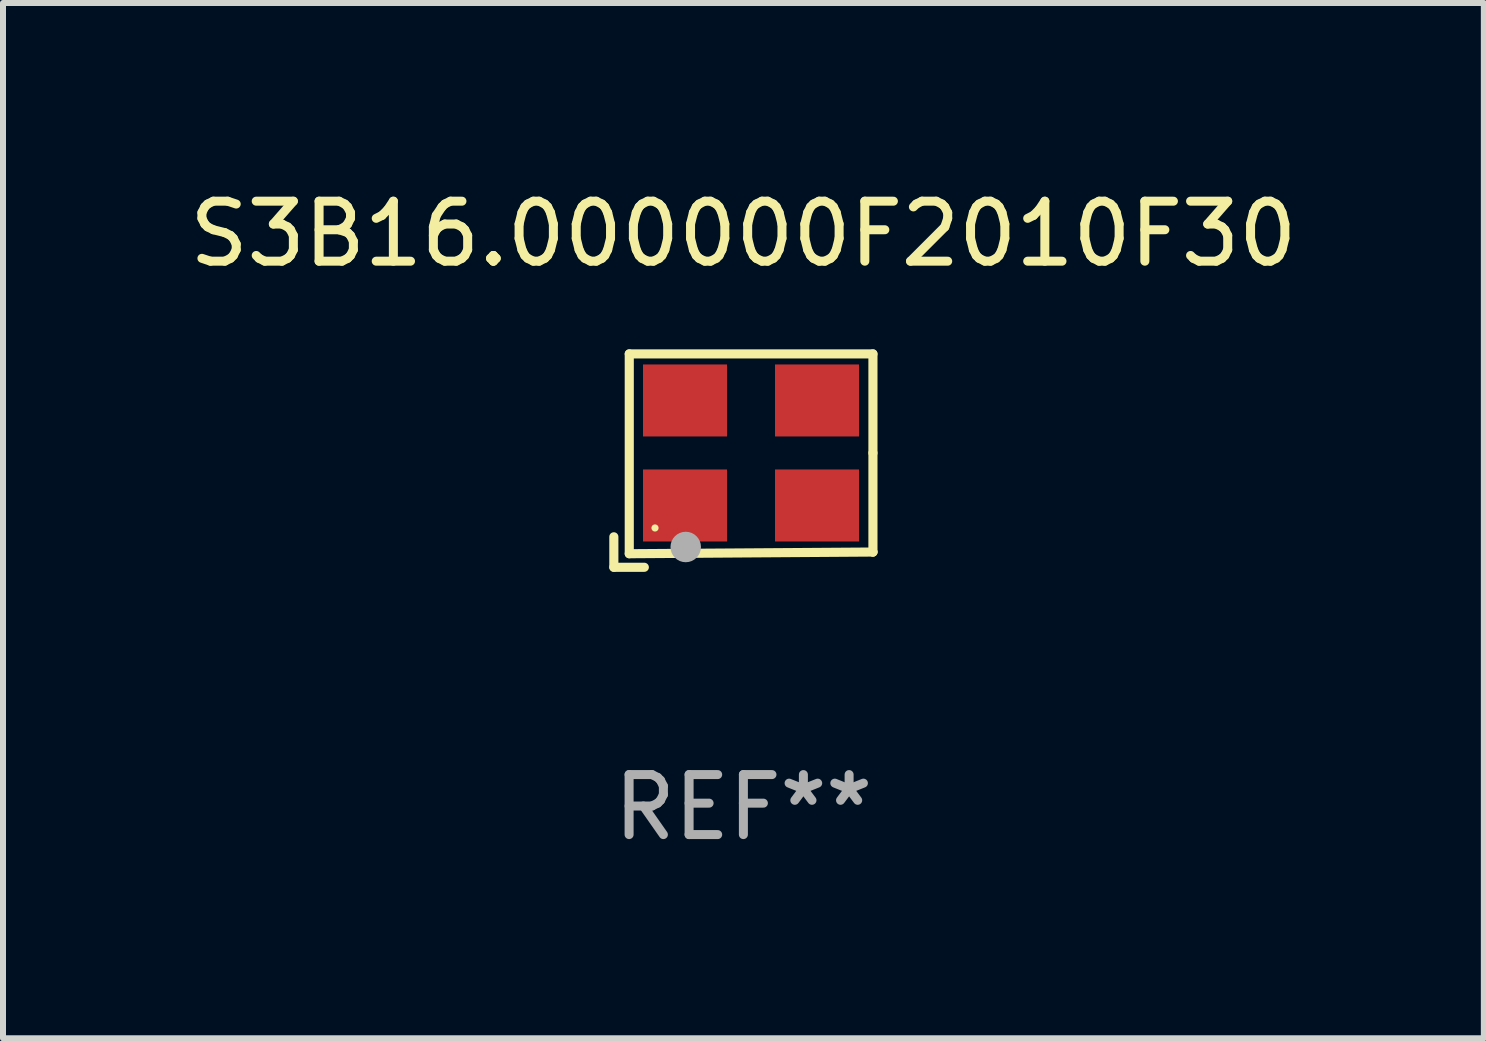
<source format=kicad_pcb>
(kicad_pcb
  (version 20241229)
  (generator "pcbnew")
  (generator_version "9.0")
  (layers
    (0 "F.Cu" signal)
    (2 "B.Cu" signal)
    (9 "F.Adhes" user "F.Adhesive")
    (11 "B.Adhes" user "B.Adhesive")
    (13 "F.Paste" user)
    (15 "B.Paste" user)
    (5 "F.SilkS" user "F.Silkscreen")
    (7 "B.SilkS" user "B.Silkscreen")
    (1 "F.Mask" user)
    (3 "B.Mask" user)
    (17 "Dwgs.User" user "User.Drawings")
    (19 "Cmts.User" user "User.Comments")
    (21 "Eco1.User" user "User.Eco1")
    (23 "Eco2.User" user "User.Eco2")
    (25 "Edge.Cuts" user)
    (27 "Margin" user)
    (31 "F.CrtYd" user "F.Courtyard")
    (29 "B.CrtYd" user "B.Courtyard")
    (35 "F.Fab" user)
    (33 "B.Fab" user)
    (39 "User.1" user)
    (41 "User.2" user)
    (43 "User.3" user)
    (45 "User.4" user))
  (footprint "S3B16.000000F2010F30"
    (layer "F.Cu")
    (at 9.339 4.626)
    (property "Reference" "S3B16.000000F2010F30" (at 0 -3.778 0) (layer "F.SilkS") (effects (font (size 1 1) (thickness 0.15))))
    (attr through_hole)
    (fp_line (start -2.159 1.27) (end -2.159 1.778) (stroke (width 0.152) (type solid)) (layer "F.SilkS"))
    (fp_line (start -2.159 1.778) (end -1.651 1.778) (stroke (width 0.152) (type solid)) (layer "F.SilkS"))
    (fp_line (start -1.902 -1.778) (end 2.159 -1.778) (stroke (width 0.152) (type solid)) (layer "F.SilkS"))
    (fp_line (start -1.902 1.552) (end -1.902 -1.778) (stroke (width 0.152) (type solid)) (layer "F.SilkS"))
    (fp_line (start 2.159 -1.778) (end 2.159 -0.127) (stroke (width 0.152) (type solid)) (layer "F.SilkS"))
    (fp_line (start 2.159 -0.127) (end 2.159 1.524) (stroke (width 0.152) (type solid)) (layer "F.SilkS"))
    (fp_line (start 2.159 1.524) (end -1.902 1.552) (stroke (width 0.152) (type solid)) (layer "F.SilkS"))
    (fp_line (start 2.159 1.524) (end 2.159 1.524) (stroke (width 0.152) (type solid)) (layer "F.SilkS"))
    (fp_circle (center -1.473 1.123) (end -1.443 1.123) (stroke (width 0.06) (type solid)) (fill no) (layer "F.SilkS"))
    (fp_circle (center -0.961 1.44) (end -0.834 1.44) (stroke (width 0.254) (type solid)) (fill no) (layer "F.Fab"))
    (fp_text user "REF**" (at 0 5.778 0) (layer "F.Fab") (effects (font (size 1 1) (thickness 0.15))))
    (pad "1" smd rect (at -0.973 0.748) (size 1.4 1.2) (layers "F.Cu" "F.Mask" "F.Paste"))
    (pad "2" smd rect (at 1.227 0.748) (size 1.4 1.2) (layers "F.Cu" "F.Mask" "F.Paste"))
    (pad "3" smd rect (at 1.227 -1.002) (size 1.4 1.2) (layers "F.Cu" "F.Mask" "F.Paste"))
    (pad "4" smd rect (at -0.973 -1.002) (size 1.4 1.2) (layers "F.Cu" "F.Mask" "F.Paste")))
  (gr_rect
    (start -3 -3)
    (end 21.679 14.253)
    (stroke (width 0.1) (type default))
    (fill no)
    (layer "Edge.Cuts")))
</source>
